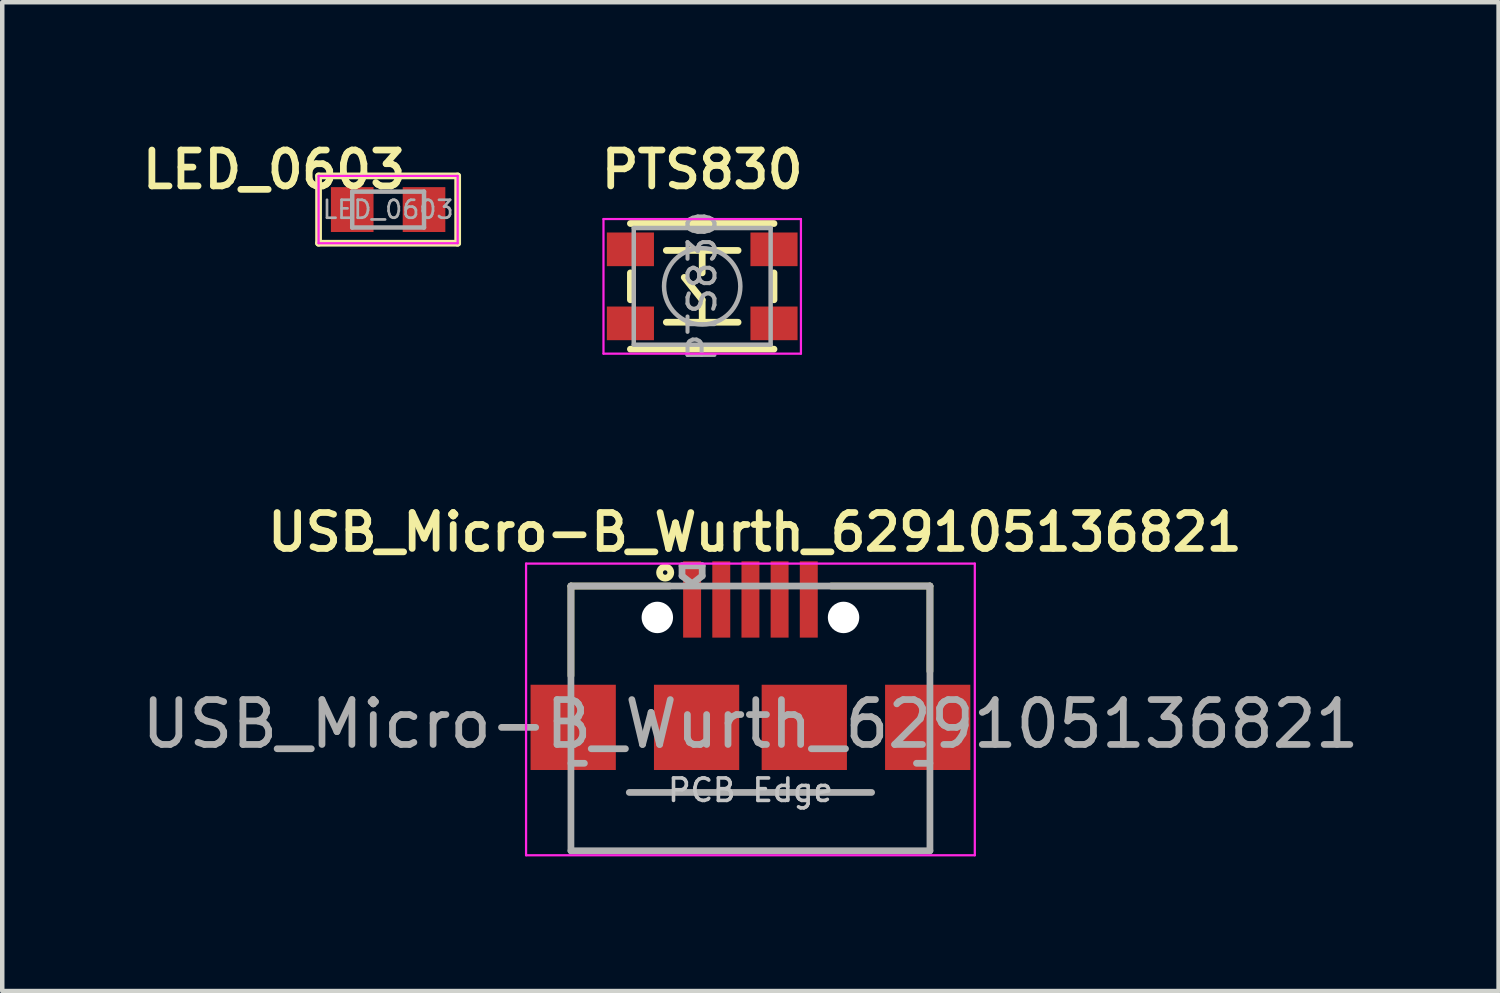
<source format=kicad_pcb>
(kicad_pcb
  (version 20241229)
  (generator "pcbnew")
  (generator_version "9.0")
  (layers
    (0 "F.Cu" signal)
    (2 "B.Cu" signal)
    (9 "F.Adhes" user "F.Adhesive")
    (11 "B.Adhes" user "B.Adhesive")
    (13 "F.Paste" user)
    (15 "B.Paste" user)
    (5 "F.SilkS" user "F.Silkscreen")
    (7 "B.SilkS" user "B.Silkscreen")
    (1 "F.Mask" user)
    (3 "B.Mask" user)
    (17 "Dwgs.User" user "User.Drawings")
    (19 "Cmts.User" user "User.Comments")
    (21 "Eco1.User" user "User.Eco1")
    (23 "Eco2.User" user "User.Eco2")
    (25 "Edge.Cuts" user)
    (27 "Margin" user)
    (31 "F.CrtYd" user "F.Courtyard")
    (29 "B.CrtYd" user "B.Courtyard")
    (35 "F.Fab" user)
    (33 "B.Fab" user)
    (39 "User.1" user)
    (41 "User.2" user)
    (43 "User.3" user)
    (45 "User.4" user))
  (footprint "USB_Micro-B_Wurth_629105136821"
    (layer "F.Cu")
    (at 13.673 14.609)
    (property "Reference" "USB_Micro-B_Wurth_629105136821" (at 0.1 -5.8 0) (layer "F.SilkS") (effects (font (size 0.8 0.8) (thickness 0.15))))
    (attr smd)
    (fp_line (start -4 -4.6) (end -4 -2.6) (stroke (width 0.15) (type solid)) (layer "F.SilkS"))
    (fp_line (start -1.8 -4.6) (end -4 -4.6) (stroke (width 0.15) (type solid)) (layer "F.SilkS"))
    (fp_line (start 1.8 -4.6) (end 4 -4.6) (stroke (width 0.15) (type solid)) (layer "F.SilkS"))
    (fp_line (start 4 -2.7) (end 4 -4.6) (stroke (width 0.15) (type solid)) (layer "F.SilkS"))
    (fp_circle (center -1.9 -4.9) (end -1.85 -4.9) (stroke (width 0.15) (type solid)) (fill no) (layer "F.SilkS"))
    (fp_line (start -5 -5.1) (end -5 1.4) (stroke (width 0.05) (type solid)) (layer "F.CrtYd"))
    (fp_line (start -5 1.4) (end 5 1.4) (stroke (width 0.05) (type solid)) (layer "F.CrtYd"))
    (fp_line (start 5 -5.1) (end -5 -5.1) (stroke (width 0.05) (type solid)) (layer "F.CrtYd"))
    (fp_line (start 5 1.4) (end 5 -5.1) (stroke (width 0.05) (type solid)) (layer "F.CrtYd"))
    (fp_line (start -4 -4.6) (end -4 1.3) (stroke (width 0.15) (type solid)) (layer "F.Fab"))
    (fp_line (start -4 -0.65) (end -3.7 -0.65) (stroke (width 0.15) (type solid)) (layer "F.Fab"))
    (fp_line (start -4 1.3) (end 4 1.3) (stroke (width 0.15) (type solid)) (layer "F.Fab"))
    (fp_line (start -2.7 0) (end 2.7 0) (stroke (width 0.15) (type solid)) (layer "F.Fab"))
    (fp_line (start -1.525 -5.05) (end -1.075 -5.05) (stroke (width 0.15) (type solid)) (layer "F.Fab"))
    (fp_line (start -1.525 -4.825) (end -1.525 -5.05) (stroke (width 0.15) (type solid)) (layer "F.Fab"))
    (fp_line (start -1.3 -4.65) (end -1.525 -4.825) (stroke (width 0.15) (type solid)) (layer "F.Fab"))
    (fp_line (start -1.075 -5.05) (end -1.075 -4.825) (stroke (width 0.15) (type solid)) (layer "F.Fab"))
    (fp_line (start -1.075 -4.825) (end -1.3 -4.65) (stroke (width 0.15) (type solid)) (layer "F.Fab"))
    (fp_line (start 3.7 -0.65) (end 4 -0.65) (stroke (width 0.15) (type solid)) (layer "F.Fab"))
    (fp_line (start 4 -4.6) (end -4 -4.6) (stroke (width 0.15) (type solid)) (layer "F.Fab"))
    (fp_line (start 4 1.3) (end 4 -4.6) (stroke (width 0.15) (type solid)) (layer "F.Fab"))
    (fp_text user "PCB Edge" (at 0 -0.05 0) (layer "Dwgs.User") (effects (font (size 0.5 0.5) (thickness 0.08))))
    (fp_text user "${REFERENCE}" (at 0 -1.524 0) (layer "F.Fab") (effects (font (size 1 1) (thickness 0.15))))
    (pad "" np_thru_hole oval (at -2.075 -3.9) (size 0.7 0.7) (drill 0.7) (layers "*.Cu" "*.Mask"))
    (pad "" np_thru_hole oval (at 2.075 -3.9) (size 0.7 0.7) (drill 0.7) (layers "*.Cu" "*.Mask"))
    (pad "1" smd rect (at -1.3 -4.3) (size 0.4 1.7) (layers "F.Cu" "F.Mask" "F.Paste"))
    (pad "2" smd rect (at -0.65 -4.3) (size 0.4 1.7) (layers "F.Cu" "F.Mask" "F.Paste"))
    (pad "3" smd rect (at 0 -4.3) (size 0.4 1.7) (layers "F.Cu" "F.Mask" "F.Paste"))
    (pad "4" smd rect (at 0.65 -4.3) (size 0.4 1.7) (layers "F.Cu" "F.Mask" "F.Paste"))
    (pad "5" smd rect (at 1.3 -4.3) (size 0.4 1.7) (layers "F.Cu" "F.Mask" "F.Paste"))
    (pad "6" smd rect (at -3.95 -1.45) (size 1.9 1.9) (layers "F.Cu" "F.Mask" "F.Paste"))
    (pad "6" smd rect (at -1.2 -1.45) (size 1.9 1.9) (layers "F.Cu" "F.Mask" "F.Paste"))
    (pad "6" smd rect (at 1.2 -1.45) (size 1.9 1.9) (layers "F.Cu" "F.Mask" "F.Paste"))
    (pad "6" smd rect (at 3.95 -1.45) (size 1.9 1.9) (layers "F.Cu" "F.Mask" "F.Paste")))
  (footprint "LED_0603"
    (layer "F.Cu")
    (at 5.599 1.62)
    (property "Reference" "LED_0603" (at -2.54 -0.889 0) (layer "F.SilkS") (effects (font (size 0.8 0.8) (thickness 0.15))))
    (attr smd)
    (fp_line (start -1.55 -0.75) (end 1.55 -0.75) (stroke (width 0.15) (type solid)) (layer "F.SilkS"))
    (fp_line (start -1.55 0.75) (end -1.55 -0.75) (stroke (width 0.15) (type solid)) (layer "F.SilkS"))
    (fp_line (start 1.55 -0.75) (end 1.55 0.75) (stroke (width 0.15) (type solid)) (layer "F.SilkS"))
    (fp_line (start 1.55 0.75) (end -1.55 0.75) (stroke (width 0.15) (type solid)) (layer "F.SilkS"))
    (fp_line (start -1.55 -0.75) (end 1.55 -0.75) (stroke (width 0.05) (type solid)) (layer "F.CrtYd"))
    (fp_line (start -1.55 0.75) (end -1.55 -0.75) (stroke (width 0.05) (type solid)) (layer "F.CrtYd"))
    (fp_line (start 1.55 -0.75) (end 1.55 0.75) (stroke (width 0.05) (type solid)) (layer "F.CrtYd"))
    (fp_line (start 1.55 0.75) (end -1.55 0.75) (stroke (width 0.05) (type solid)) (layer "F.CrtYd"))
    (fp_line (start -0.8 -0.4) (end 0.8 -0.4) (stroke (width 0.1) (type solid)) (layer "F.Fab"))
    (fp_line (start -0.8 0.4) (end -0.8 -0.4) (stroke (width 0.1) (type solid)) (layer "F.Fab"))
    (fp_line (start 0.8 -0.4) (end 0.8 0.4) (stroke (width 0.1) (type solid)) (layer "F.Fab"))
    (fp_line (start 0.8 0.4) (end -0.8 0.4) (stroke (width 0.1) (type solid)) (layer "F.Fab"))
    (fp_text user "${REFERENCE}" (at 0 0 0) (layer "F.Fab") (effects (font (size 0.4 0.4) (thickness 0.06))))
    (pad "1" smd rect (at -0.8 0) (size 0.95 1) (layers "F.Cu" "F.Mask" "F.Paste"))
    (pad "2" smd rect (at 0.8 0) (size 0.95 1) (layers "F.Cu" "F.Mask" "F.Paste")))
  (footprint "PTS830"
    (layer "F.Cu")
    (at 12.598 3.331)
    (property "Reference" "PTS830" (at 0 -2.6 0) (layer "F.SilkS") (effects (font (size 0.8 0.8) (thickness 0.15))))
    (attr smd)
    (fp_line (start -1.6 -1.4) (end 1.6 -1.4) (stroke (width 0.15) (type solid)) (layer "F.SilkS"))
    (fp_line (start -1.6 -0.3) (end -1.6 0.3) (stroke (width 0.15) (type solid)) (layer "F.SilkS"))
    (fp_line (start -0.8 -0.8) (end 0.8 -0.8) (stroke (width 0.15) (type solid)) (layer "F.SilkS"))
    (fp_line (start -0.8 0.8) (end 0.8 0.8) (stroke (width 0.15) (type solid)) (layer "F.SilkS"))
    (fp_line (start 0 -0.8) (end 0 -0.3) (stroke (width 0.15) (type solid)) (layer "F.SilkS"))
    (fp_line (start 0 0.3) (end -0.4 -0.2) (stroke (width 0.15) (type solid)) (layer "F.SilkS"))
    (fp_line (start 0 0.8) (end 0 0.3) (stroke (width 0.15) (type solid)) (layer "F.SilkS"))
    (fp_line (start 1.6 -0.3) (end 1.6 0.3) (stroke (width 0.15) (type solid)) (layer "F.SilkS"))
    (fp_line (start 1.6 1.4) (end -1.6 1.4) (stroke (width 0.15) (type solid)) (layer "F.SilkS"))
    (fp_line (start -2.2 -1.5) (end 2.2 -1.5) (stroke (width 0.05) (type solid)) (layer "F.CrtYd"))
    (fp_line (start -2.2 1.5) (end -2.2 -1.5) (stroke (width 0.05) (type solid)) (layer "F.CrtYd"))
    (fp_line (start 2.2 -1.5) (end 2.2 1.5) (stroke (width 0.05) (type solid)) (layer "F.CrtYd"))
    (fp_line (start 2.2 1.5) (end -2.2 1.5) (stroke (width 0.05) (type solid)) (layer "F.CrtYd"))
    (fp_line (start -1.525 -1.3) (end -1.525 1.3) (stroke (width 0.1) (type solid)) (layer "F.Fab"))
    (fp_line (start -1.525 1.3) (end 1.525 1.3) (stroke (width 0.1) (type solid)) (layer "F.Fab"))
    (fp_line (start 1.525 -1.3) (end -1.525 -1.3) (stroke (width 0.1) (type solid)) (layer "F.Fab"))
    (fp_line (start 1.525 1.3) (end 1.525 -1.3) (stroke (width 0.1) (type solid)) (layer "F.Fab"))
    (fp_circle (center 0 0) (end 0.85 0) (stroke (width 0.1) (type solid)) (fill no) (layer "F.Fab"))
    (fp_text user "${REFERENCE}" (at 0 0 90) (layer "F.Fab") (effects (font (size 0.6 0.6) (thickness 0.09))))
    (pad "1" smd rect (at -1.6 -0.825) (size 1.05 0.75) (layers "F.Cu" "F.Mask" "F.Paste"))
    (pad "1" smd rect (at 1.6 -0.825) (size 1.05 0.75) (layers "F.Cu" "F.Mask" "F.Paste"))
    (pad "2" smd rect (at -1.6 0.825) (size 1.05 0.75) (layers "F.Cu" "F.Mask" "F.Paste"))
    (pad "2" smd rect (at 1.6 0.825) (size 1.05 0.75) (layers "F.Cu" "F.Mask" "F.Paste")))
  (gr_rect
    (start -3 -3)
    (end 30.345 19.034)
    (stroke (width 0.1) (type default))
    (fill no)
    (layer "Edge.Cuts")))
</source>
